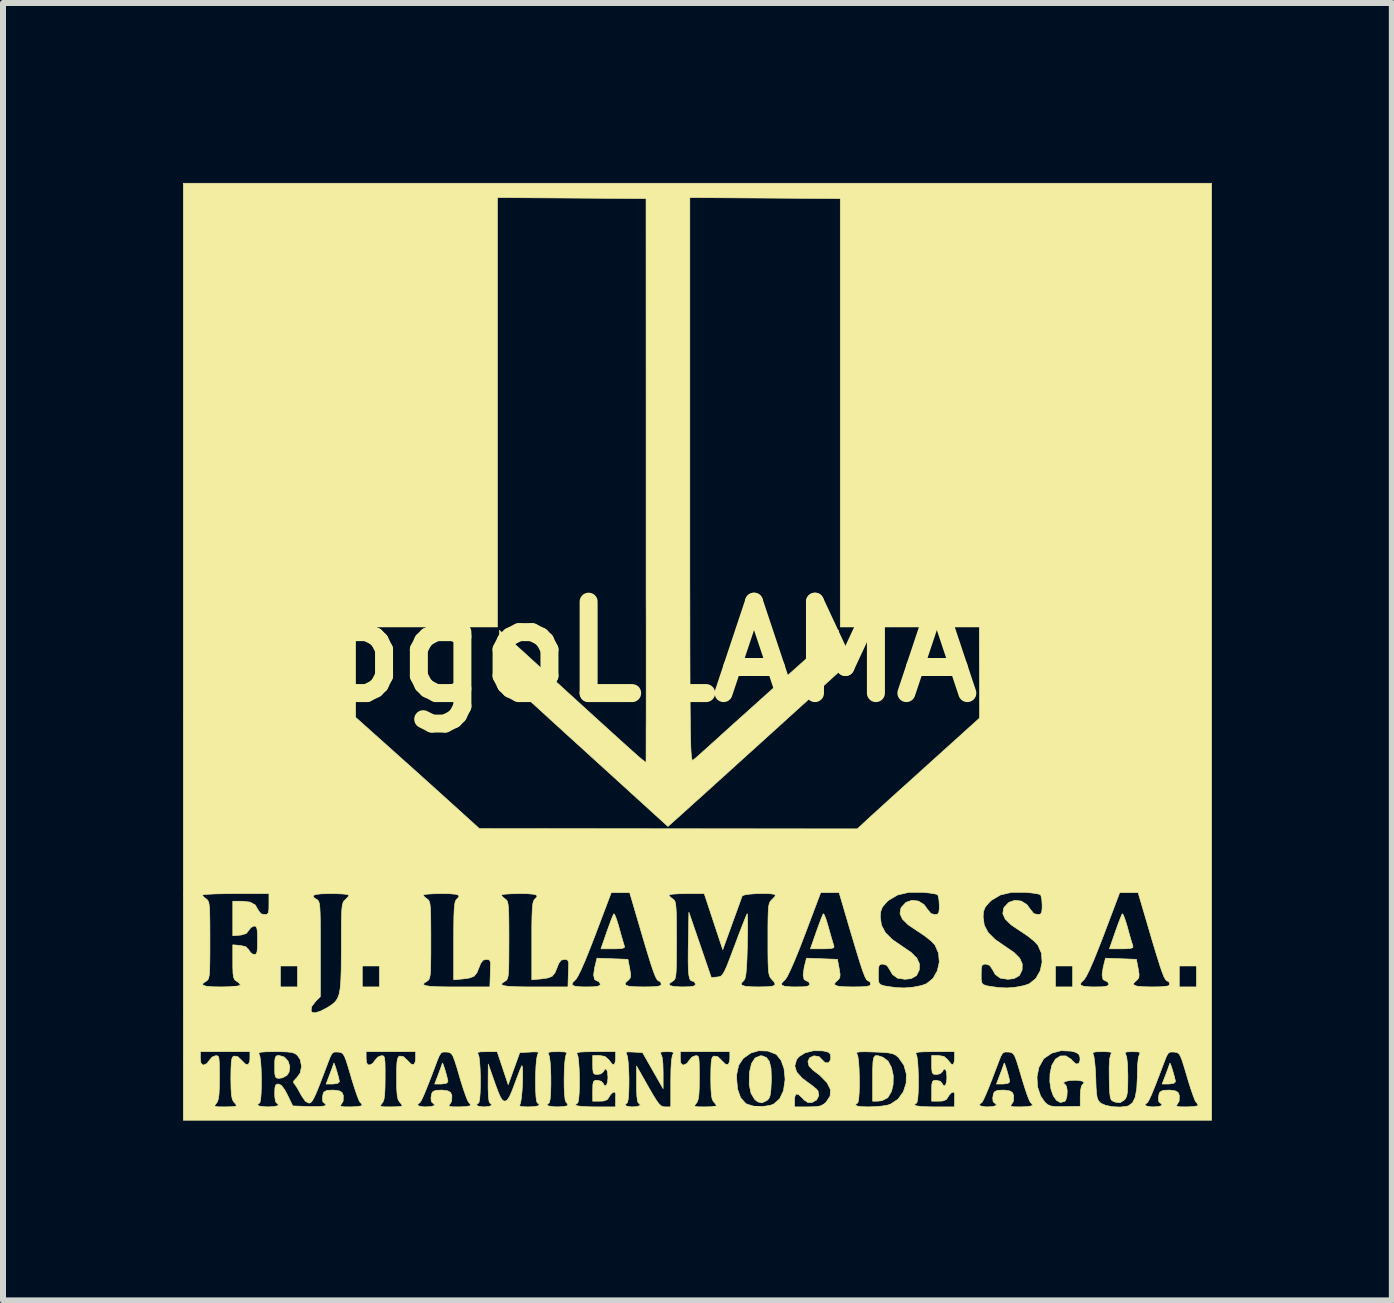
<source format=kicad_pcb>
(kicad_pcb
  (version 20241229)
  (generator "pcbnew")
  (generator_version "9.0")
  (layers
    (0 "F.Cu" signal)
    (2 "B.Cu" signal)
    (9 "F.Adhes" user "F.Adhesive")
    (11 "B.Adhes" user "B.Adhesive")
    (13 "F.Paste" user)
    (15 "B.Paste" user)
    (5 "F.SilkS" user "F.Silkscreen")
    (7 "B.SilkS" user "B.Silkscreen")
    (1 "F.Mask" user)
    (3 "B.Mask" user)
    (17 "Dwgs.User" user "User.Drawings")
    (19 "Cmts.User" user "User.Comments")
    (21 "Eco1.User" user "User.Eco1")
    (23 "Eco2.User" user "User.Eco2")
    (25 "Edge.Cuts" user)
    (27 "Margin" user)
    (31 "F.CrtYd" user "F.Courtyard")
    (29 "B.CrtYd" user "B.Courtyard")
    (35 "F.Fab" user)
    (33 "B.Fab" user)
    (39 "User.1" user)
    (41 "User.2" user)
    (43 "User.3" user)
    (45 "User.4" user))
  (footprint "LogoLLAMAS2"
    (layer "F.Cu")
    (at 8.578 7.816)
    (property "Reference" "LogoLLAMAS2" (at 0 0 0) (layer "F.SilkS") (effects (font (size 1.524 1.524) (thickness 0.3))))
    (attr through_hole)
    (fp_poly (pts (xy -6.053 6.871) (xy -6.034 6.925) (xy -6.01 7.002) (xy -5.988 7.082) (xy -5.973 7.145) (xy -5.969 7.168) (xy -5.998 7.196) (xy -6.076 7.207) (xy -6.08 7.207) (xy -6.191 7.207) (xy -6.128 7.041) (xy -6.093 6.947) (xy -6.069 6.879) (xy -6.062 6.858) (xy -6.053 6.871)) (stroke (width 0.01) (type solid)) (fill yes) (layer "F.SilkS"))
    (fp_poly (pts (xy -4.243 6.871) (xy -4.224 6.925) (xy -4.2 7.002) (xy -4.178 7.082) (xy -4.163 7.145) (xy -4.16 7.168) (xy -4.188 7.196) (xy -4.266 7.207) (xy -4.27 7.207) (xy -4.381 7.207) (xy -4.318 7.041) (xy -4.283 6.947) (xy -4.259 6.879) (xy -4.252 6.858) (xy -4.243 6.871)) (stroke (width 0.01) (type solid)) (fill yes) (layer "F.SilkS"))
    (fp_poly (pts (xy 5.123 6.871) (xy 5.142 6.925) (xy 5.166 7.002) (xy 5.188 7.082) (xy 5.203 7.145) (xy 5.207 7.168) (xy 5.178 7.196) (xy 5.1 7.207) (xy 5.096 7.207) (xy 4.985 7.207) (xy 5.048 7.041) (xy 5.083 6.947) (xy 5.107 6.879) (xy 5.114 6.858) (xy 5.123 6.871)) (stroke (width 0.01) (type solid)) (fill yes) (layer "F.SilkS"))
    (fp_poly (pts (xy 7.885 6.871) (xy 7.905 6.925) (xy 7.928 7.002) (xy 7.951 7.082) (xy 7.966 7.145) (xy 7.969 7.168) (xy 7.94 7.196) (xy 7.862 7.207) (xy 7.858 7.207) (xy 7.747 7.207) (xy 7.811 7.041) (xy 7.846 6.947) (xy 7.87 6.879) (xy 7.876 6.858) (xy 7.885 6.871)) (stroke (width 0.01) (type solid)) (fill yes) (layer "F.SilkS"))
    (fp_poly (pts (xy -6.886 6.758) (xy -6.824 6.827) (xy -6.796 6.917) (xy -6.809 7.009) (xy -6.844 7.062) (xy -6.915 7.102) (xy -6.971 7.112) (xy -7.014 7.108) (xy -7.037 7.085) (xy -7.047 7.028) (xy -7.048 6.924) (xy -7.048 6.921) (xy -7.047 6.816) (xy -7.037 6.759) (xy -7.014 6.735) (xy -6.974 6.731) (xy -6.886 6.758)) (stroke (width 0.01) (type solid)) (fill yes) (layer "F.SilkS"))
    (fp_poly (pts (xy 3.012 6.735) (xy 3.078 6.756) (xy 3.095 6.763) (xy 3.177 6.825) (xy 3.235 6.932) (xy 3.265 7.068) (xy 3.262 7.216) (xy 3.235 7.33) (xy 3.174 7.434) (xy 3.077 7.485) (xy 3.002 7.493) (xy 2.921 7.493) (xy 2.921 7.112) (xy 2.922 6.944) (xy 2.927 6.83) (xy 2.941 6.763) (xy 2.968 6.734) (xy 3.012 6.735)) (stroke (width 0.01) (type solid)) (fill yes) (layer "F.SilkS"))
    (fp_poly (pts (xy -1.378 4.387) (xy -1.351 4.455) (xy -1.318 4.559) (xy -1.305 4.605) (xy -1.271 4.729) (xy -1.241 4.832) (xy -1.221 4.897) (xy -1.218 4.907) (xy -1.219 4.932) (xy -1.255 4.946) (xy -1.338 4.952) (xy -1.404 4.953) (xy -1.609 4.953) (xy -1.511 4.669) (xy -1.466 4.545) (xy -1.428 4.444) (xy -1.401 4.381) (xy -1.394 4.368) (xy -1.378 4.387)) (stroke (width 0.01) (type solid)) (fill yes) (layer "F.SilkS"))
    (fp_poly (pts (xy 2.115 4.387) (xy 2.142 4.455) (xy 2.174 4.559) (xy 2.187 4.605) (xy 2.222 4.729) (xy 2.252 4.832) (xy 2.272 4.897) (xy 2.275 4.907) (xy 2.274 4.932) (xy 2.237 4.946) (xy 2.155 4.952) (xy 2.088 4.953) (xy 1.883 4.953) (xy 1.982 4.669) (xy 2.027 4.545) (xy 2.065 4.444) (xy 2.091 4.381) (xy 2.099 4.368) (xy 2.115 4.387)) (stroke (width 0.01) (type solid)) (fill yes) (layer "F.SilkS"))
    (fp_poly (pts (xy 7.1 4.387) (xy 7.126 4.455) (xy 7.159 4.559) (xy 7.172 4.605) (xy 7.206 4.729) (xy 7.236 4.832) (xy 7.257 4.897) (xy 7.26 4.907) (xy 7.258 4.932) (xy 7.222 4.946) (xy 7.139 4.952) (xy 7.073 4.953) (xy 6.868 4.953) (xy 6.967 4.669) (xy 7.011 4.545) (xy 7.05 4.444) (xy 7.076 4.381) (xy 7.084 4.368) (xy 7.1 4.387)) (stroke (width 0.01) (type solid)) (fill yes) (layer "F.SilkS"))
    (fp_poly (pts (xy 1.077 6.737) (xy 1.15 6.765) (xy 1.199 6.832) (xy 1.226 6.944) (xy 1.233 7.109) (xy 1.231 7.17) (xy 1.224 7.307) (xy 1.212 7.395) (xy 1.191 7.448) (xy 1.161 7.48) (xy 1.077 7.521) (xy 1.004 7.504) (xy 0.954 7.463) (xy 0.893 7.361) (xy 0.863 7.214) (xy 0.866 7.032) (xy 0.868 7.009) (xy 0.902 6.864) (xy 0.962 6.772) (xy 1.046 6.737) (xy 1.077 6.737)) (stroke (width 0.01) (type solid)) (fill yes) (layer "F.SilkS"))
    (fp_poly (pts (xy 8.572 7.811) (xy -8.572 7.811) (xy -8.572 6.668) (xy -8.287 6.668) (xy -8.287 6.779) (xy -8.279 6.857) (xy -8.249 6.888) (xy -8.231 6.89) (xy -8.176 6.864) (xy -8.143 6.818) (xy -8.092 6.758) (xy -8.041 6.737) (xy -8.01 6.735) (xy -7.99 6.745) (xy -7.978 6.779) (xy -7.972 6.847) (xy -7.97 6.959) (xy -7.969 7.099) (xy -7.971 7.268) (xy -7.977 7.385) (xy -7.989 7.462) (xy -8.007 7.511) (xy -8.022 7.53) (xy -8.047 7.562) (xy -8.041 7.579) (xy -7.995 7.587) (xy -7.897 7.588) (xy -7.879 7.588) (xy -7.777 7.586) (xy -7.706 7.579) (xy -7.684 7.57) (xy -7.691 7.556) (xy -7.334 7.556) (xy -7.306 7.574) (xy -7.231 7.585) (xy -7.16 7.588) (xy -7.064 7.583) (xy -7.001 7.57) (xy -6.985 7.556) (xy -7.009 7.526) (xy -7.017 7.525) (xy -7.035 7.496) (xy -7.046 7.423) (xy -7.048 7.366) (xy -7.045 7.271) (xy -7.031 7.223) (xy -6.999 7.208) (xy -6.986 7.207) (xy -6.937 7.229) (xy -6.883 7.3) (xy -6.835 7.39) (xy -6.747 7.572) (xy -6.469 7.582) (xy -6.322 7.583) (xy -6.228 7.575) (xy -6.192 7.56) (xy -6.191 7.558) (xy -6.215 7.526) (xy -6.223 7.525) (xy -6.247 7.499) (xy -6.253 7.438) (xy -6.241 7.37) (xy -6.227 7.34) (xy -6.174 7.312) (xy -6.069 7.308) (xy -6.062 7.308) (xy -5.972 7.321) (xy -5.926 7.347) (xy -5.904 7.398) (xy -5.907 7.492) (xy -5.931 7.533) (xy -5.953 7.563) (xy -5.943 7.58) (xy -5.893 7.587) (xy -5.79 7.588) (xy -5.783 7.588) (xy -5.681 7.584) (xy -5.611 7.573) (xy -5.588 7.559) (xy -5.612 7.523) (xy -5.62 7.519) (xy -5.64 7.487) (xy -5.673 7.404) (xy -5.714 7.284) (xy -5.76 7.137) (xy -5.772 7.096) (xy -5.821 6.931) (xy -5.857 6.816) (xy -5.886 6.743) (xy -5.913 6.702) (xy -5.942 6.683) (xy -5.978 6.675) (xy -5.992 6.674) (xy -6.049 6.673) (xy -6.087 6.692) (xy -6.119 6.747) (xy -6.154 6.836) (xy -6.238 7.057) (xy -6.302 7.225) (xy -6.352 7.348) (xy -6.39 7.432) (xy -6.42 7.485) (xy -6.444 7.513) (xy -6.467 7.524) (xy -6.479 7.525) (xy -6.536 7.495) (xy -6.6 7.403) (xy -6.619 7.368) (xy -6.669 7.278) (xy -6.712 7.212) (xy -6.731 7.191) (xy -6.734 7.16) (xy -6.688 7.11) (xy -6.684 7.107) (xy -6.622 7.022) (xy -6.601 6.912) (xy -6.622 6.801) (xy -6.668 6.731) (xy -6.706 6.701) (xy -6.757 6.682) (xy -6.836 6.672) (xy -6.957 6.668) (xy -7.039 6.668) (xy -5.524 6.668) (xy -5.524 6.779) (xy -5.516 6.857) (xy -5.487 6.888) (xy -5.469 6.89) (xy -5.414 6.864) (xy -5.381 6.818) (xy -5.329 6.758) (xy -5.278 6.737) (xy -5.248 6.735) (xy -5.228 6.745) (xy -5.216 6.779) (xy -5.209 6.847) (xy -5.207 6.959) (xy -5.207 7.099) (xy -5.209 7.268) (xy -5.215 7.385) (xy -5.226 7.462) (xy -5.245 7.511) (xy -5.26 7.53) (xy -5.284 7.562) (xy -5.279 7.579) (xy -5.233 7.587) (xy -5.135 7.588) (xy -5.117 7.588) (xy -5.015 7.586) (xy -4.944 7.579) (xy -4.921 7.57) (xy -4.929 7.556) (xy -4.667 7.556) (xy -4.639 7.575) (xy -4.567 7.587) (xy -4.524 7.588) (xy -4.439 7.582) (xy -4.388 7.566) (xy -4.381 7.556) (xy -4.406 7.526) (xy -4.413 7.525) (xy -4.437 7.499) (xy -4.443 7.438) (xy -4.431 7.37) (xy -4.418 7.34) (xy -4.364 7.312) (xy -4.259 7.308) (xy -4.253 7.308) (xy -4.162 7.321) (xy -4.116 7.347) (xy -4.094 7.398) (xy -4.098 7.492) (xy -4.121 7.533) (xy -4.143 7.563) (xy -4.134 7.58) (xy -4.083 7.587) (xy -3.981 7.588) (xy -3.974 7.588) (xy -3.872 7.584) (xy -3.801 7.573) (xy -3.778 7.559) (xy -3.78 7.556) (xy -3.683 7.556) (xy -3.655 7.576) (xy -3.584 7.587) (xy -3.556 7.588) (xy -3.476 7.581) (xy -3.432 7.564) (xy -3.429 7.556) (xy -3.453 7.526) (xy -3.461 7.525) (xy -3.475 7.494) (xy -3.485 7.409) (xy -3.49 7.277) (xy -3.49 7.199) (xy -3.488 6.874) (xy -3.427 7.048) (xy -3.366 7.222) (xy -3.32 7.343) (xy -3.286 7.422) (xy -3.258 7.468) (xy -3.233 7.488) (xy -3.208 7.493) (xy -3.173 7.476) (xy -3.135 7.421) (xy -3.09 7.319) (xy -3.051 7.215) (xy -3.004 7.089) (xy -2.964 6.984) (xy -2.935 6.916) (xy -2.928 6.901) (xy -2.919 6.914) (xy -2.915 6.98) (xy -2.914 7.086) (xy -2.916 7.186) (xy -2.924 7.326) (xy -2.936 7.444) (xy -2.95 7.524) (xy -2.96 7.549) (xy -2.965 7.572) (xy -2.927 7.584) (xy -2.837 7.588) (xy -2.814 7.588) (xy -2.717 7.583) (xy -2.652 7.57) (xy -2.635 7.556) (xy -2.508 7.556) (xy -2.48 7.574) (xy -2.405 7.585) (xy -2.334 7.588) (xy -2.238 7.583) (xy -2.175 7.571) (xy -2.159 7.558) (xy -2.16 7.556) (xy -2.032 7.556) (xy -2.002 7.571) (xy -1.917 7.582) (xy -1.785 7.587) (xy -1.699 7.588) (xy -1.365 7.588) (xy -1.365 7.556) (xy -1.206 7.556) (xy -1.178 7.576) (xy -1.108 7.587) (xy -1.079 7.588) (xy -1 7.581) (xy -0.956 7.564) (xy -0.953 7.556) (xy -0.977 7.526) (xy -0.984 7.525) (xy -0.999 7.495) (xy -1.01 7.41) (xy -1.015 7.281) (xy -1.015 7.215) (xy -1.015 6.906) (xy -0.822 7.247) (xy -0.739 7.391) (xy -0.679 7.487) (xy -0.634 7.546) (xy -0.596 7.577) (xy -0.558 7.587) (xy -0.537 7.588) (xy -0.445 7.588) (xy -0.445 7.166) (xy -0.442 6.96) (xy -0.433 6.815) (xy -0.418 6.729) (xy -0.406 6.706) (xy -0.396 6.682) (xy -0.432 6.67) (xy -0.508 6.668) (xy -0.286 6.668) (xy -0.286 6.779) (xy -0.278 6.857) (xy -0.248 6.888) (xy -0.23 6.89) (xy -0.175 6.864) (xy -0.142 6.818) (xy -0.091 6.758) (xy -0.04 6.737) (xy -0.009 6.735) (xy 0.011 6.745) (xy 0.023 6.779) (xy 0.029 6.847) (xy 0.031 6.959) (xy 0.032 7.099) (xy 0.03 7.268) (xy 0.024 7.385) (xy 0.012 7.462) (xy -0.006 7.511) (xy -0.021 7.53) (xy -0.046 7.562) (xy -0.04 7.579) (xy 0.006 7.587) (xy 0.104 7.588) (xy 0.122 7.588) (xy 0.224 7.586) (xy 0.295 7.579) (xy 0.318 7.57) (xy 0.298 7.536) (xy 0.27 7.504) (xy 0.247 7.466) (xy 0.233 7.396) (xy 0.225 7.285) (xy 0.222 7.122) (xy 0.222 7.109) (xy 0.222 7.105) (xy 0.652 7.105) (xy 0.669 7.293) (xy 0.72 7.436) (xy 0.803 7.529) (xy 0.822 7.541) (xy 0.94 7.577) (xy 1.084 7.584) (xy 1.221 7.56) (xy 1.274 7.539) (xy 1.344 7.477) (xy 1.619 7.477) (xy 1.619 7.588) (xy 1.843 7.588) (xy 1.967 7.585) (xy 2.046 7.573) (xy 2.082 7.556) (xy 2.635 7.556) (xy 2.664 7.574) (xy 2.739 7.585) (xy 2.845 7.588) (xy 2.963 7.584) (xy 3.079 7.574) (xy 3.175 7.558) (xy 3.179 7.556) (xy 3.619 7.556) (xy 3.65 7.571) (xy 3.735 7.582) (xy 3.866 7.587) (xy 3.953 7.588) (xy 4.286 7.588) (xy 4.286 7.556) (xy 4.699 7.556) (xy 4.727 7.575) (xy 4.799 7.587) (xy 4.842 7.588) (xy 4.927 7.582) (xy 4.978 7.566) (xy 4.985 7.556) (xy 4.961 7.526) (xy 4.953 7.525) (xy 4.929 7.499) (xy 4.923 7.438) (xy 4.935 7.37) (xy 4.949 7.34) (xy 5.002 7.312) (xy 5.107 7.308) (xy 5.114 7.308) (xy 5.204 7.321) (xy 5.25 7.347) (xy 5.272 7.398) (xy 5.269 7.492) (xy 5.245 7.533) (xy 5.223 7.563) (xy 5.233 7.58) (xy 5.283 7.587) (xy 5.386 7.588) (xy 5.393 7.588) (xy 5.495 7.584) (xy 5.565 7.573) (xy 5.588 7.559) (xy 5.564 7.523) (xy 5.556 7.519) (xy 5.536 7.487) (xy 5.503 7.404) (xy 5.462 7.284) (xy 5.416 7.137) (xy 5.404 7.096) (xy 5.401 7.088) (xy 5.661 7.088) (xy 5.67 7.254) (xy 5.721 7.407) (xy 5.795 7.513) (xy 5.84 7.551) (xy 5.89 7.573) (xy 5.964 7.583) (xy 6.078 7.584) (xy 6.126 7.583) (xy 6.382 7.579) (xy 6.382 7.411) (xy 6.387 7.313) (xy 6.402 7.243) (xy 6.413 7.223) (xy 6.447 7.187) (xy 6.422 7.16) (xy 6.343 7.146) (xy 6.288 7.144) (xy 6.193 7.15) (xy 6.127 7.167) (xy 6.1 7.189) (xy 6.125 7.211) (xy 6.131 7.214) (xy 6.155 7.251) (xy 6.165 7.324) (xy 6.16 7.407) (xy 6.141 7.475) (xy 6.123 7.497) (xy 6.051 7.515) (xy 5.987 7.48) (xy 5.933 7.404) (xy 5.895 7.297) (xy 5.875 7.169) (xy 5.878 7.033) (xy 5.907 6.899) (xy 5.909 6.894) (xy 5.969 6.792) (xy 6.051 6.739) (xy 6.142 6.738) (xy 6.229 6.793) (xy 6.25 6.818) (xy 6.31 6.872) (xy 6.356 6.868) (xy 6.379 6.811) (xy 6.377 6.759) (xy 6.356 6.708) (xy 6.345 6.701) (xy 6.593 6.701) (xy 6.597 6.707) (xy 6.611 6.753) (xy 6.624 6.849) (xy 6.635 6.978) (xy 6.641 7.107) (xy 6.646 7.264) (xy 6.654 7.371) (xy 6.666 7.441) (xy 6.685 7.485) (xy 6.714 7.517) (xy 6.727 7.528) (xy 6.806 7.563) (xy 6.921 7.585) (xy 7.047 7.591) (xy 7.159 7.578) (xy 7.19 7.569) (xy 7.206 7.556) (xy 7.461 7.556) (xy 7.49 7.575) (xy 7.561 7.587) (xy 7.604 7.588) (xy 7.689 7.582) (xy 7.74 7.566) (xy 7.747 7.556) (xy 7.723 7.526) (xy 7.715 7.525) (xy 7.691 7.499) (xy 7.685 7.438) (xy 7.697 7.37) (xy 7.711 7.34) (xy 7.764 7.312) (xy 7.87 7.308) (xy 7.876 7.308) (xy 7.966 7.321) (xy 8.013 7.347) (xy 8.034 7.398) (xy 8.031 7.492) (xy 8.007 7.533) (xy 7.986 7.563) (xy 7.995 7.58) (xy 8.045 7.587) (xy 8.148 7.588) (xy 8.155 7.588) (xy 8.257 7.584) (xy 8.327 7.573) (xy 8.35 7.559) (xy 8.326 7.523) (xy 8.319 7.519) (xy 8.298 7.487) (xy 8.266 7.404) (xy 8.224 7.284) (xy 8.178 7.137) (xy 8.166 7.096) (xy 8.117 6.931) (xy 8.081 6.816) (xy 8.052 6.743) (xy 8.026 6.702) (xy 7.997 6.683) (xy 7.96 6.675) (xy 7.947 6.674) (xy 7.889 6.673) (xy 7.851 6.692) (xy 7.819 6.747) (xy 7.784 6.836) (xy 7.695 7.071) (xy 7.625 7.251) (xy 7.572 7.381) (xy 7.532 7.467) (xy 7.506 7.513) (xy 7.491 7.525) (xy 7.462 7.549) (xy 7.461 7.556) (xy 7.206 7.556) (xy 7.254 7.52) (xy 7.298 7.428) (xy 7.324 7.286) (xy 7.334 7.089) (xy 7.334 7.056) (xy 7.338 6.886) (xy 7.351 6.769) (xy 7.37 6.708) (xy 7.372 6.706) (xy 7.382 6.683) (xy 7.346 6.671) (xy 7.255 6.668) (xy 7.255 6.668) (xy 7.164 6.671) (xy 7.128 6.683) (xy 7.137 6.706) (xy 7.137 6.706) (xy 7.157 6.76) (xy 7.17 6.875) (xy 7.175 7.047) (xy 7.176 7.082) (xy 7.174 7.235) (xy 7.169 7.339) (xy 7.157 7.406) (xy 7.138 7.449) (xy 7.111 7.478) (xy 7.046 7.518) (xy 6.971 7.51) (xy 6.96 7.506) (xy 6.923 7.491) (xy 6.898 7.47) (xy 6.883 7.43) (xy 6.874 7.36) (xy 6.868 7.249) (xy 6.865 7.116) (xy 6.864 6.923) (xy 6.872 6.79) (xy 6.888 6.719) (xy 6.893 6.712) (xy 6.904 6.687) (xy 6.877 6.673) (xy 6.803 6.668) (xy 6.747 6.668) (xy 6.644 6.67) (xy 6.596 6.681) (xy 6.593 6.701) (xy 6.345 6.701) (xy 6.3 6.676) (xy 6.232 6.659) (xy 6.063 6.651) (xy 5.908 6.692) (xy 5.784 6.776) (xy 5.767 6.795) (xy 5.693 6.928) (xy 5.661 7.088) (xy 5.401 7.088) (xy 5.355 6.931) (xy 5.319 6.816) (xy 5.29 6.743) (xy 5.263 6.702) (xy 5.234 6.683) (xy 5.198 6.675) (xy 5.184 6.674) (xy 5.127 6.673) (xy 5.089 6.692) (xy 5.057 6.747) (xy 5.022 6.836) (xy 4.933 7.071) (xy 4.863 7.251) (xy 4.809 7.381) (xy 4.77 7.467) (xy 4.743 7.513) (xy 4.728 7.525) (xy 4.7 7.549) (xy 4.699 7.556) (xy 4.286 7.556) (xy 4.286 7.493) (xy 4.287 7.418) (xy 4.289 7.375) (xy 4.276 7.342) (xy 4.24 7.348) (xy 4.199 7.388) (xy 4.186 7.411) (xy 4.148 7.467) (xy 4.088 7.49) (xy 4.027 7.493) (xy 3.905 7.493) (xy 3.905 7.318) (xy 3.907 7.218) (xy 3.918 7.166) (xy 3.945 7.146) (xy 3.981 7.144) (xy 4.047 7.161) (xy 4.075 7.191) (xy 4.106 7.238) (xy 4.134 7.228) (xy 4.154 7.17) (xy 4.159 7.096) (xy 4.151 7.003) (xy 4.132 6.957) (xy 4.104 6.963) (xy 4.084 7.001) (xy 4.042 7.037) (xy 3.986 7.048) (xy 3.938 7.043) (xy 3.914 7.018) (xy 3.906 6.955) (xy 3.905 6.89) (xy 3.905 6.731) (xy 4.016 6.731) (xy 4.11 6.747) (xy 4.173 6.802) (xy 4.178 6.81) (xy 4.232 6.876) (xy 4.267 6.88) (xy 4.284 6.823) (xy 4.286 6.779) (xy 4.286 6.668) (xy 3.947 6.668) (xy 3.793 6.669) (xy 3.696 6.674) (xy 3.648 6.684) (xy 3.64 6.699) (xy 3.645 6.706) (xy 3.66 6.75) (xy 3.672 6.839) (xy 3.679 6.959) (xy 3.684 7.095) (xy 3.684 7.233) (xy 3.68 7.359) (xy 3.672 7.458) (xy 3.66 7.516) (xy 3.651 7.525) (xy 3.62 7.549) (xy 3.619 7.556) (xy 3.179 7.556) (xy 3.218 7.544) (xy 3.344 7.46) (xy 3.432 7.339) (xy 3.479 7.194) (xy 3.483 7.04) (xy 3.442 6.893) (xy 3.353 6.766) (xy 3.346 6.759) (xy 3.303 6.724) (xy 3.252 6.701) (xy 3.18 6.687) (xy 3.071 6.678) (xy 2.942 6.673) (xy 2.796 6.669) (xy 2.704 6.671) (xy 2.659 6.679) (xy 2.652 6.694) (xy 2.659 6.703) (xy 2.675 6.748) (xy 2.687 6.838) (xy 2.695 6.958) (xy 2.699 7.095) (xy 2.7 7.233) (xy 2.696 7.359) (xy 2.688 7.458) (xy 2.676 7.516) (xy 2.667 7.525) (xy 2.636 7.549) (xy 2.635 7.556) (xy 2.082 7.556) (xy 2.102 7.547) (xy 2.145 7.51) (xy 2.212 7.408) (xy 2.218 7.299) (xy 2.16 7.184) (xy 2.04 7.061) (xy 1.924 6.974) (xy 1.86 6.906) (xy 1.842 6.832) (xy 1.87 6.77) (xy 1.941 6.737) (xy 1.943 6.737) (xy 2.028 6.75) (xy 2.07 6.793) (xy 2.127 6.85) (xy 2.182 6.855) (xy 2.217 6.809) (xy 2.223 6.766) (xy 2.216 6.708) (xy 2.186 6.677) (xy 2.115 6.659) (xy 2.085 6.654) (xy 1.934 6.652) (xy 1.797 6.686) (xy 1.692 6.751) (xy 1.653 6.8) (xy 1.623 6.905) (xy 1.654 7.007) (xy 1.746 7.11) (xy 1.826 7.17) (xy 1.916 7.235) (xy 1.984 7.292) (xy 2.01 7.322) (xy 2.023 7.4) (xy 1.986 7.472) (xy 1.913 7.514) (xy 1.843 7.516) (xy 1.782 7.476) (xy 1.758 7.45) (xy 1.689 7.383) (xy 1.644 7.374) (xy 1.622 7.423) (xy 1.619 7.477) (xy 1.344 7.477) (xy 1.371 7.453) (xy 1.434 7.319) (xy 1.46 7.143) (xy 1.46 7.11) (xy 1.443 6.947) (xy 1.394 6.812) (xy 1.32 6.719) (xy 1.303 6.707) (xy 1.171 6.657) (xy 1.022 6.652) (xy 0.891 6.69) (xy 0.763 6.78) (xy 0.686 6.896) (xy 0.654 7.049) (xy 0.652 7.105) (xy 0.222 7.105) (xy 0.224 6.952) (xy 0.229 6.848) (xy 0.239 6.785) (xy 0.256 6.752) (xy 0.275 6.741) (xy 0.337 6.75) (xy 0.395 6.805) (xy 0.464 6.874) (xy 0.511 6.883) (xy 0.536 6.833) (xy 0.54 6.779) (xy 0.54 6.668) (xy -0.286 6.668) (xy -0.508 6.668) (xy -0.592 6.671) (xy -0.621 6.684) (xy -0.61 6.706) (xy -0.589 6.759) (xy -0.576 6.867) (xy -0.572 7.014) (xy -0.572 7.284) (xy -0.915 6.683) (xy -1.069 6.674) (xy -1.158 6.671) (xy -1.194 6.679) (xy -1.186 6.701) (xy -1.183 6.704) (xy -1.167 6.748) (xy -1.155 6.838) (xy -1.147 6.958) (xy -1.142 7.095) (xy -1.142 7.233) (xy -1.146 7.359) (xy -1.154 7.458) (xy -1.166 7.516) (xy -1.175 7.525) (xy -1.206 7.549) (xy -1.206 7.556) (xy -1.365 7.556) (xy -1.365 7.493) (xy -1.365 7.418) (xy -1.363 7.375) (xy -1.375 7.342) (xy -1.412 7.348) (xy -1.452 7.388) (xy -1.465 7.411) (xy -1.503 7.467) (xy -1.564 7.49) (xy -1.624 7.493) (xy -1.746 7.493) (xy -1.746 7.318) (xy -1.744 7.218) (xy -1.733 7.166) (xy -1.706 7.146) (xy -1.67 7.144) (xy -1.604 7.161) (xy -1.576 7.191) (xy -1.546 7.238) (xy -1.517 7.228) (xy -1.498 7.17) (xy -1.492 7.096) (xy -1.5 7.003) (xy -1.52 6.957) (xy -1.547 6.963) (xy -1.567 7.001) (xy -1.61 7.037) (xy -1.666 7.048) (xy -1.714 7.043) (xy -1.737 7.018) (xy -1.745 6.955) (xy -1.746 6.89) (xy -1.746 6.731) (xy -1.636 6.731) (xy -1.542 6.747) (xy -1.479 6.802) (xy -1.473 6.81) (xy -1.42 6.876) (xy -1.384 6.88) (xy -1.367 6.823) (xy -1.365 6.779) (xy -1.365 6.668) (xy -1.705 6.668) (xy -1.858 6.669) (xy -1.955 6.674) (xy -2.004 6.684) (xy -2.012 6.699) (xy -2.007 6.706) (xy -1.991 6.75) (xy -1.98 6.839) (xy -1.972 6.959) (xy -1.968 7.095) (xy -1.968 7.233) (xy -1.972 7.359) (xy -1.98 7.458) (xy -1.992 7.516) (xy -2 7.525) (xy -2.031 7.549) (xy -2.032 7.556) (xy -2.16 7.556) (xy -2.182 7.515) (xy -2.191 7.509) (xy -2.206 7.469) (xy -2.216 7.381) (xy -2.222 7.261) (xy -2.223 7.123) (xy -2.22 6.984) (xy -2.213 6.858) (xy -2.202 6.761) (xy -2.187 6.708) (xy -2.184 6.706) (xy -2.176 6.684) (xy -2.212 6.672) (xy -2.3 6.668) (xy -2.334 6.668) (xy -2.437 6.67) (xy -2.486 6.68) (xy -2.489 6.699) (xy -2.483 6.706) (xy -2.468 6.75) (xy -2.456 6.839) (xy -2.448 6.959) (xy -2.444 7.095) (xy -2.444 7.233) (xy -2.448 7.359) (xy -2.456 7.458) (xy -2.468 7.516) (xy -2.477 7.525) (xy -2.507 7.549) (xy -2.508 7.556) (xy -2.635 7.556) (xy -2.659 7.526) (xy -2.667 7.525) (xy -2.682 7.495) (xy -2.692 7.417) (xy -2.698 7.304) (xy -2.7 7.171) (xy -2.698 7.032) (xy -2.692 6.901) (xy -2.682 6.793) (xy -2.668 6.722) (xy -2.659 6.704) (xy -2.648 6.681) (xy -2.678 6.671) (xy -2.76 6.672) (xy -2.79 6.674) (xy -2.962 6.683) (xy -3.059 6.951) (xy -3.155 7.218) (xy -3.247 6.943) (xy -3.339 6.668) (xy -3.517 6.668) (xy -3.617 6.67) (xy -3.663 6.681) (xy -3.662 6.7) (xy -3.658 6.706) (xy -3.642 6.75) (xy -3.631 6.839) (xy -3.623 6.959) (xy -3.619 7.095) (xy -3.619 7.233) (xy -3.623 7.359) (xy -3.631 7.458) (xy -3.643 7.516) (xy -3.651 7.525) (xy -3.682 7.549) (xy -3.683 7.556) (xy -3.78 7.556) (xy -3.803 7.523) (xy -3.81 7.519) (xy -3.83 7.487) (xy -3.863 7.404) (xy -3.905 7.284) (xy -3.951 7.137) (xy -3.963 7.096) (xy -4.011 6.931) (xy -4.048 6.816) (xy -4.076 6.743) (xy -4.103 6.702) (xy -4.132 6.683) (xy -4.168 6.675) (xy -4.182 6.674) (xy -4.239 6.673) (xy -4.277 6.692) (xy -4.309 6.747) (xy -4.345 6.836) (xy -4.433 7.071) (xy -4.504 7.251) (xy -4.557 7.381) (xy -4.596 7.467) (xy -4.623 7.513) (xy -4.638 7.525) (xy -4.666 7.549) (xy -4.667 7.556) (xy -4.929 7.556) (xy -4.941 7.536) (xy -4.969 7.504) (xy -4.991 7.466) (xy -5.006 7.396) (xy -5.014 7.285) (xy -5.016 7.122) (xy -5.016 7.109) (xy -5.015 6.952) (xy -5.01 6.848) (xy -5 6.785) (xy -4.982 6.752) (xy -4.964 6.741) (xy -4.902 6.75) (xy -4.844 6.805) (xy -4.775 6.874) (xy -4.728 6.883) (xy -4.703 6.833) (xy -4.699 6.779) (xy -4.699 6.668) (xy -5.524 6.668) (xy -7.039 6.668) (xy -7.183 6.669) (xy -7.271 6.675) (xy -7.311 6.686) (xy -7.311 6.703) (xy -7.309 6.706) (xy -7.294 6.75) (xy -7.282 6.839) (xy -7.274 6.959) (xy -7.27 7.095) (xy -7.27 7.233) (xy -7.274 7.359) (xy -7.282 7.458) (xy -7.294 7.516) (xy -7.303 7.525) (xy -7.333 7.549) (xy -7.334 7.556) (xy -7.691 7.556) (xy -7.703 7.536) (xy -7.731 7.504) (xy -7.754 7.466) (xy -7.768 7.396) (xy -7.776 7.285) (xy -7.779 7.122) (xy -7.779 7.109) (xy -7.777 6.952) (xy -7.772 6.848) (xy -7.762 6.785) (xy -7.745 6.752) (xy -7.726 6.741) (xy -7.664 6.75) (xy -7.606 6.805) (xy -7.537 6.874) (xy -7.49 6.883) (xy -7.465 6.833) (xy -7.461 6.779) (xy -7.461 6.668) (xy -8.287 6.668) (xy -8.572 6.668) (xy -8.572 5.986) (xy -6.441 5.986) (xy -6.424 6.012) (xy -6.372 6.02) (xy -6.282 5.991) (xy -6.164 5.929) (xy -6.097 5.885) (xy -6.044 5.841) (xy -6.004 5.786) (xy -5.976 5.715) (xy -5.957 5.617) (xy -5.946 5.485) (xy -5.94 5.312) (xy -5.939 5.239) (xy -5.588 5.239) (xy -5.588 5.588) (xy -5.302 5.588) (xy -5.302 5.239) (xy -5.588 5.239) (xy -5.939 5.239) (xy -5.938 5.087) (xy -5.937 4.929) (xy -5.937 4.693) (xy -5.936 4.513) (xy -5.933 4.379) (xy -5.928 4.285) (xy -5.92 4.221) (xy -5.908 4.18) (xy -5.892 4.154) (xy -5.874 4.136) (xy -5.826 4.087) (xy -5.81 4.057) (xy -5.812 4.056) (xy -4.572 4.056) (xy -4.548 4.09) (xy -4.508 4.12) (xy -4.487 4.137) (xy -4.471 4.162) (xy -4.46 4.204) (xy -4.452 4.272) (xy -4.448 4.374) (xy -4.446 4.519) (xy -4.445 4.716) (xy -4.445 4.809) (xy -4.445 5.028) (xy -4.447 5.193) (xy -4.45 5.31) (xy -4.456 5.39) (xy -4.466 5.44) (xy -4.48 5.47) (xy -4.499 5.487) (xy -4.508 5.493) (xy -4.557 5.524) (xy -4.568 5.548) (xy -4.535 5.566) (xy -4.456 5.578) (xy -4.324 5.585) (xy -4.136 5.588) (xy -4.016 5.588) (xy -3.461 5.588) (xy -3.455 5.413) (xy -3.452 5.305) (xy -3.449 5.216) (xy -3.448 5.183) (xy -3.469 5.138) (xy -3.519 5.128) (xy -3.575 5.143) (xy -3.615 5.198) (xy -3.636 5.251) (xy -3.677 5.352) (xy -3.724 5.41) (xy -3.798 5.439) (xy -3.903 5.454) (xy -4.064 5.469) (xy -4.064 4.818) (xy -4.063 4.592) (xy -4.061 4.421) (xy -4.056 4.298) (xy -4.048 4.214) (xy -4.037 4.162) (xy -4.022 4.133) (xy -4.016 4.128) (xy -3.978 4.087) (xy -3.981 4.059) (xy -3.99 4.056) (xy -3.27 4.056) (xy -3.246 4.09) (xy -3.207 4.12) (xy -3.185 4.137) (xy -3.169 4.162) (xy -3.158 4.204) (xy -3.151 4.272) (xy -3.146 4.374) (xy -3.144 4.519) (xy -3.143 4.716) (xy -3.143 4.809) (xy -3.144 5.028) (xy -3.145 5.193) (xy -3.148 5.31) (xy -3.154 5.39) (xy -3.164 5.44) (xy -3.178 5.47) (xy -3.197 5.487) (xy -3.207 5.493) (xy -3.255 5.524) (xy -3.266 5.548) (xy -3.234 5.566) (xy -3.154 5.578) (xy -3.022 5.585) (xy -2.834 5.588) (xy -2.715 5.588) (xy -2.159 5.588) (xy -2.158 5.556) (xy -2.089 5.556) (xy -2.04 5.577) (xy -1.933 5.587) (xy -1.857 5.588) (xy -1.732 5.586) (xy -1.658 5.576) (xy -1.625 5.559) (xy -1.619 5.54) (xy -1.643 5.498) (xy -1.663 5.493) (xy -1.714 5.466) (xy -1.731 5.389) (xy -1.714 5.265) (xy -1.71 5.251) (xy -1.675 5.109) (xy -1.159 5.128) (xy -1.129 5.282) (xy -1.114 5.38) (xy -1.119 5.436) (xy -1.146 5.471) (xy -1.153 5.476) (xy -1.202 5.522) (xy -1.203 5.554) (xy -1.151 5.575) (xy -1.044 5.585) (xy -0.905 5.588) (xy -0.761 5.586) (xy -0.67 5.58) (xy -0.621 5.568) (xy -0.604 5.547) (xy -0.603 5.54) (xy -0.62 5.498) (xy -0.634 5.493) (xy -0.655 5.486) (xy -0.677 5.46) (xy -0.703 5.41) (xy -0.735 5.327) (xy -0.776 5.207) (xy -0.827 5.042) (xy -0.892 4.826) (xy -0.932 4.69) (xy -1.118 4.056) (xy -0.476 4.056) (xy -0.452 4.09) (xy -0.413 4.12) (xy -0.391 4.137) (xy -0.375 4.162) (xy -0.364 4.204) (xy -0.357 4.272) (xy -0.352 4.374) (xy -0.35 4.519) (xy -0.349 4.716) (xy -0.349 4.809) (xy -0.35 5.028) (xy -0.351 5.193) (xy -0.354 5.31) (xy -0.36 5.39) (xy -0.37 5.44) (xy -0.384 5.47) (xy -0.403 5.487) (xy -0.413 5.493) (xy -0.469 5.534) (xy -0.462 5.563) (xy -0.394 5.581) (xy -0.263 5.588) (xy -0.254 5.588) (xy -0.133 5.585) (xy -0.064 5.575) (xy -0.035 5.555) (xy -0.032 5.54) (xy -0.057 5.498) (xy -0.079 5.493) (xy -0.108 5.484) (xy -0.129 5.454) (xy -0.143 5.395) (xy -0.152 5.299) (xy -0.155 5.158) (xy -0.154 4.965) (xy -0.152 4.846) (xy -0.143 4.342) (xy 0.231 5.433) (xy 0.33 5.423) (xy 0.366 5.418) (xy 0.397 5.404) (xy 0.425 5.373) (xy 0.456 5.316) (xy 0.496 5.226) (xy 0.547 5.094) (xy 0.616 4.911) (xy 0.621 4.899) (xy 0.684 4.729) (xy 0.741 4.582) (xy 0.787 4.465) (xy 0.818 4.391) (xy 0.829 4.367) (xy 0.834 4.392) (xy 0.836 4.47) (xy 0.837 4.592) (xy 0.835 4.748) (xy 0.832 4.898) (xy 0.826 5.11) (xy 0.818 5.267) (xy 0.808 5.375) (xy 0.795 5.443) (xy 0.778 5.477) (xy 0.775 5.48) (xy 0.731 5.526) (xy 0.737 5.557) (xy 0.795 5.577) (xy 0.91 5.586) (xy 1.016 5.588) (xy 1.164 5.585) (xy 1.254 5.575) (xy 1.289 5.556) (xy 1.404 5.556) (xy 1.453 5.577) (xy 1.56 5.587) (xy 1.635 5.588) (xy 1.761 5.586) (xy 1.834 5.576) (xy 1.868 5.559) (xy 1.873 5.54) (xy 1.85 5.498) (xy 1.829 5.493) (xy 1.779 5.466) (xy 1.762 5.389) (xy 1.779 5.265) (xy 1.782 5.251) (xy 1.818 5.109) (xy 2.334 5.128) (xy 2.363 5.282) (xy 2.378 5.38) (xy 2.373 5.436) (xy 2.346 5.471) (xy 2.34 5.476) (xy 2.29 5.522) (xy 2.29 5.554) (xy 2.341 5.575) (xy 2.449 5.585) (xy 2.588 5.588) (xy 2.731 5.586) (xy 2.822 5.58) (xy 2.871 5.568) (xy 2.889 5.547) (xy 2.889 5.54) (xy 2.873 5.498) (xy 2.859 5.493) (xy 2.838 5.486) (xy 2.815 5.46) (xy 2.789 5.41) (xy 2.778 5.38) (xy 3.016 5.38) (xy 3.016 5.463) (xy 3.025 5.517) (xy 3.053 5.55) (xy 3.112 5.57) (xy 3.215 5.586) (xy 3.318 5.6) (xy 3.449 5.605) (xy 3.596 5.592) (xy 3.732 5.566) (xy 3.819 5.535) (xy 3.927 5.447) (xy 3.965 5.38) (xy 4.731 5.38) (xy 4.731 5.463) (xy 4.739 5.517) (xy 4.767 5.55) (xy 4.827 5.57) (xy 4.929 5.586) (xy 5.032 5.6) (xy 5.163 5.605) (xy 5.31 5.592) (xy 5.446 5.566) (xy 5.534 5.535) (xy 5.642 5.447) (xy 5.714 5.321) (xy 5.732 5.239) (xy 5.969 5.239) (xy 5.969 5.588) (xy 6.255 5.588) (xy 6.255 5.556) (xy 6.388 5.556) (xy 6.438 5.577) (xy 6.544 5.587) (xy 6.62 5.588) (xy 6.745 5.586) (xy 6.819 5.576) (xy 6.853 5.559) (xy 6.858 5.54) (xy 6.834 5.498) (xy 6.814 5.493) (xy 6.763 5.466) (xy 6.746 5.389) (xy 6.764 5.265) (xy 6.767 5.251) (xy 6.803 5.109) (xy 7.318 5.128) (xy 7.348 5.282) (xy 7.363 5.38) (xy 7.358 5.436) (xy 7.331 5.471) (xy 7.324 5.476) (xy 7.275 5.522) (xy 7.274 5.554) (xy 7.326 5.575) (xy 7.434 5.585) (xy 7.572 5.588) (xy 7.716 5.586) (xy 7.807 5.58) (xy 7.856 5.568) (xy 7.873 5.547) (xy 7.874 5.54) (xy 7.857 5.498) (xy 7.843 5.493) (xy 7.822 5.486) (xy 7.8 5.46) (xy 7.774 5.41) (xy 7.742 5.327) (xy 7.712 5.239) (xy 8.033 5.239) (xy 8.033 5.588) (xy 8.319 5.588) (xy 8.319 5.239) (xy 8.033 5.239) (xy 7.712 5.239) (xy 7.702 5.207) (xy 7.65 5.042) (xy 7.585 4.826) (xy 7.545 4.69) (xy 7.347 4.016) (xy 7.04 4.016) (xy 6.776 4.715) (xy 6.685 4.949) (xy 6.605 5.148) (xy 6.537 5.303) (xy 6.484 5.41) (xy 6.449 5.464) (xy 6.447 5.466) (xy 6.393 5.52) (xy 6.388 5.556) (xy 6.255 5.556) (xy 6.255 5.239) (xy 5.969 5.239) (xy 5.732 5.239) (xy 5.746 5.175) (xy 5.735 5.026) (xy 5.676 4.892) (xy 5.675 4.891) (xy 5.613 4.825) (xy 5.515 4.745) (xy 5.399 4.666) (xy 5.382 4.656) (xy 5.227 4.551) (xy 5.131 4.456) (xy 5.091 4.366) (xy 5.105 4.278) (xy 5.115 4.259) (xy 5.192 4.178) (xy 5.292 4.144) (xy 5.398 4.157) (xy 5.492 4.215) (xy 5.55 4.294) (xy 5.607 4.365) (xy 5.669 4.381) (xy 5.715 4.376) (xy 5.738 4.349) (xy 5.746 4.283) (xy 5.747 4.225) (xy 5.741 4.13) (xy 5.726 4.064) (xy 5.715 4.048) (xy 5.669 4.036) (xy 5.579 4.022) (xy 5.469 4.011) (xy 5.239 4.011) (xy 5.052 4.055) (xy 4.903 4.143) (xy 4.868 4.175) (xy 4.798 4.256) (xy 4.768 4.335) (xy 4.763 4.421) (xy 4.782 4.559) (xy 4.846 4.681) (xy 4.961 4.796) (xy 5.126 4.91) (xy 5.277 5.013) (xy 5.372 5.108) (xy 5.415 5.203) (xy 5.413 5.304) (xy 5.413 5.305) (xy 5.368 5.398) (xy 5.279 5.449) (xy 5.175 5.461) (xy 5.05 5.442) (xy 4.965 5.38) (xy 4.922 5.303) (xy 4.873 5.229) (xy 4.806 5.207) (xy 4.763 5.212) (xy 4.74 5.238) (xy 4.732 5.3) (xy 4.731 5.38) (xy 3.965 5.38) (xy 3.999 5.321) (xy 4.032 5.175) (xy 4.02 5.026) (xy 3.961 4.892) (xy 3.961 4.891) (xy 3.899 4.825) (xy 3.8 4.745) (xy 3.685 4.666) (xy 3.667 4.656) (xy 3.512 4.551) (xy 3.416 4.456) (xy 3.377 4.366) (xy 3.391 4.278) (xy 3.401 4.259) (xy 3.477 4.178) (xy 3.577 4.144) (xy 3.683 4.157) (xy 3.778 4.215) (xy 3.835 4.294) (xy 3.893 4.365) (xy 3.955 4.381) (xy 4.001 4.376) (xy 4.024 4.349) (xy 4.032 4.283) (xy 4.032 4.225) (xy 4.026 4.13) (xy 4.011 4.064) (xy 4.001 4.048) (xy 3.955 4.036) (xy 3.865 4.022) (xy 3.754 4.011) (xy 3.525 4.011) (xy 3.338 4.055) (xy 3.188 4.143) (xy 3.153 4.175) (xy 3.084 4.256) (xy 3.054 4.335) (xy 3.048 4.421) (xy 3.068 4.559) (xy 3.132 4.681) (xy 3.246 4.796) (xy 3.412 4.91) (xy 3.563 5.013) (xy 3.657 5.108) (xy 3.701 5.203) (xy 3.698 5.304) (xy 3.698 5.305) (xy 3.653 5.398) (xy 3.565 5.449) (xy 3.461 5.461) (xy 3.336 5.442) (xy 3.251 5.38) (xy 3.207 5.303) (xy 3.159 5.229) (xy 3.092 5.207) (xy 3.048 5.212) (xy 3.026 5.238) (xy 3.017 5.3) (xy 3.016 5.38) (xy 2.778 5.38) (xy 2.757 5.327) (xy 2.717 5.207) (xy 2.666 5.042) (xy 2.601 4.826) (xy 2.56 4.69) (xy 2.362 4.016) (xy 2.055 4.016) (xy 1.791 4.715) (xy 1.701 4.949) (xy 1.62 5.148) (xy 1.552 5.303) (xy 1.5 5.41) (xy 1.465 5.464) (xy 1.462 5.466) (xy 1.408 5.52) (xy 1.404 5.556) (xy 1.289 5.556) (xy 1.293 5.553) (xy 1.287 5.517) (xy 1.241 5.464) (xy 1.238 5.461) (xy 1.216 5.435) (xy 1.2 5.401) (xy 1.188 5.35) (xy 1.181 5.272) (xy 1.177 5.159) (xy 1.175 5) (xy 1.175 4.794) (xy 1.175 4.583) (xy 1.177 4.426) (xy 1.181 4.315) (xy 1.188 4.239) (xy 1.2 4.19) (xy 1.216 4.159) (xy 1.238 4.136) (xy 1.238 4.136) (xy 1.286 4.087) (xy 1.302 4.057) (xy 1.273 4.042) (xy 1.199 4.033) (xy 1.096 4.031) (xy 0.982 4.033) (xy 0.874 4.041) (xy 0.791 4.053) (xy 0.748 4.069) (xy 0.746 4.072) (xy 0.73 4.115) (xy 0.698 4.206) (xy 0.652 4.332) (xy 0.597 4.483) (xy 0.577 4.539) (xy 0.422 4.966) (xy 0.267 4.499) (xy 0.113 4.032) (xy -0.182 4.032) (xy -0.31 4.035) (xy -0.41 4.041) (xy -0.467 4.051) (xy -0.476 4.056) (xy -1.118 4.056) (xy -1.13 4.016) (xy -1.437 4.016) (xy -1.701 4.715) (xy -1.792 4.949) (xy -1.872 5.148) (xy -1.94 5.303) (xy -1.993 5.41) (xy -2.028 5.464) (xy -2.03 5.466) (xy -2.084 5.52) (xy -2.089 5.556) (xy -2.158 5.556) (xy -2.154 5.413) (xy -2.15 5.305) (xy -2.147 5.216) (xy -2.146 5.183) (xy -2.167 5.138) (xy -2.218 5.128) (xy -2.273 5.143) (xy -2.313 5.198) (xy -2.334 5.251) (xy -2.375 5.352) (xy -2.422 5.41) (xy -2.496 5.439) (xy -2.602 5.454) (xy -2.762 5.469) (xy -2.762 4.818) (xy -2.762 4.592) (xy -2.759 4.421) (xy -2.754 4.298) (xy -2.747 4.214) (xy -2.735 4.162) (xy -2.72 4.133) (xy -2.715 4.128) (xy -2.676 4.087) (xy -2.679 4.059) (xy -2.73 4.043) (xy -2.833 4.034) (xy -2.969 4.032) (xy -3.098 4.035) (xy -3.2 4.041) (xy -3.26 4.05) (xy -3.27 4.056) (xy -3.99 4.056) (xy -4.032 4.043) (xy -4.135 4.034) (xy -4.27 4.032) (xy -4.4 4.035) (xy -4.502 4.041) (xy -4.562 4.05) (xy -4.572 4.056) (xy -5.812 4.056) (xy -5.84 4.046) (xy -5.919 4.038) (xy -6.034 4.033) (xy -6.112 4.032) (xy -6.272 4.036) (xy -6.37 4.048) (xy -6.41 4.069) (xy -6.393 4.1) (xy -6.35 4.128) (xy -6.33 4.141) (xy -6.315 4.162) (xy -6.304 4.198) (xy -6.296 4.257) (xy -6.291 4.347) (xy -6.288 4.475) (xy -6.287 4.65) (xy -6.287 4.878) (xy -6.287 4.956) (xy -6.287 5.75) (xy -6.366 5.829) (xy -6.433 5.917) (xy -6.441 5.986) (xy -8.572 5.986) (xy -8.572 4.056) (xy -8.255 4.056) (xy -8.231 4.09) (xy -8.191 4.12) (xy -8.17 4.137) (xy -8.154 4.162) (xy -8.143 4.204) (xy -8.135 4.272) (xy -8.131 4.374) (xy -8.129 4.519) (xy -8.128 4.716) (xy -8.128 4.809) (xy -8.128 5.028) (xy -8.13 5.193) (xy -8.133 5.31) (xy -8.139 5.39) (xy -8.149 5.44) (xy -8.163 5.47) (xy -8.182 5.487) (xy -8.191 5.493) (xy -8.246 5.53) (xy -8.246 5.558) (xy -8.19 5.576) (xy -8.075 5.586) (xy -7.938 5.588) (xy -7.797 5.585) (xy -7.691 5.577) (xy -7.63 5.565) (xy -7.62 5.557) (xy -7.645 5.52) (xy -7.684 5.493) (xy -7.714 5.47) (xy -7.733 5.431) (xy -7.743 5.364) (xy -7.747 5.254) (xy -7.747 5.239) (xy -6.953 5.239) (xy -6.953 5.588) (xy -6.668 5.588) (xy -6.668 5.239) (xy -6.953 5.239) (xy -7.747 5.239) (xy -7.747 5.172) (xy -7.747 4.886) (xy -7.628 4.896) (xy -7.534 4.916) (xy -7.483 4.965) (xy -7.478 4.977) (xy -7.433 5.032) (xy -7.39 5.048) (xy -7.361 5.04) (xy -7.344 5.008) (xy -7.336 4.939) (xy -7.334 4.819) (xy -7.334 4.81) (xy -7.336 4.687) (xy -7.344 4.615) (xy -7.36 4.581) (xy -7.388 4.572) (xy -7.39 4.572) (xy -7.445 4.598) (xy -7.478 4.643) (xy -7.523 4.698) (xy -7.608 4.723) (xy -7.628 4.725) (xy -7.747 4.735) (xy -7.747 4.159) (xy -7.591 4.159) (xy -7.458 4.174) (xy -7.372 4.222) (xy -7.321 4.311) (xy -7.318 4.318) (xy -7.272 4.371) (xy -7.221 4.381) (xy -7.177 4.377) (xy -7.154 4.352) (xy -7.145 4.292) (xy -7.144 4.207) (xy -7.144 4.032) (xy -7.699 4.032) (xy -7.879 4.034) (xy -8.035 4.037) (xy -8.156 4.043) (xy -8.233 4.05) (xy -8.255 4.056) (xy -8.572 4.056) (xy -8.572 -0.413) (xy -5.699 -0.413) (xy -5.699 1.094) (xy -5.129 1.603) (xy -4.933 1.779) (xy -4.718 1.971) (xy -4.5 2.167) (xy -4.296 2.351) (xy -4.121 2.509) (xy -4.098 2.53) (xy -3.635 2.949) (xy -0.485 2.951) (xy 2.665 2.953) (xy 2.864 2.768) (xy 2.936 2.703) (xy 3.048 2.601) (xy 3.192 2.47) (xy 3.362 2.316) (xy 3.551 2.146) (xy 3.75 1.966) (xy 3.884 1.845) (xy 4.703 1.106) (xy 4.702 0.728) (xy 4.702 0.526) (xy 4.701 0.297) (xy 4.7 0.075) (xy 4.7 -0.032) (xy 4.699 -0.413) (xy 2.381 -0.413) (xy 2.381 -7.555) (xy 1.127 -7.564) (xy -0.127 -7.572) (xy -0.127 -2.862) (xy -0.127 -2.222) (xy -0.127 -1.643) (xy -0.127 -1.122) (xy -0.126 -0.656) (xy -0.126 -0.241) (xy -0.125 0.126) (xy -0.124 0.446) (xy -0.123 0.724) (xy -0.121 0.962) (xy -0.119 1.164) (xy -0.117 1.331) (xy -0.114 1.468) (xy -0.111 1.577) (xy -0.107 1.661) (xy -0.103 1.722) (xy -0.098 1.765) (xy -0.092 1.792) (xy -0.086 1.806) (xy -0.079 1.81) (xy -0.072 1.807) (xy -0.071 1.806) (xy -0.028 1.77) (xy 0.051 1.7) (xy 0.157 1.605) (xy 0.279 1.495) (xy 0.318 1.46) (xy 0.427 1.361) (xy 0.574 1.228) (xy 0.75 1.07) (xy 0.946 0.894) (xy 1.153 0.708) (xy 1.361 0.522) (xy 1.429 0.462) (xy 1.619 0.292) (xy 1.797 0.133) (xy 1.957 -0.009) (xy 2.091 -0.129) (xy 2.194 -0.221) (xy 2.259 -0.28) (xy 2.278 -0.296) (xy 2.349 -0.36) (xy 2.349 0.344) (xy 1.056 1.516) (xy 0.809 1.739) (xy 0.573 1.953) (xy 0.353 2.152) (xy 0.153 2.333) (xy -0.022 2.491) (xy -0.166 2.621) (xy -0.276 2.72) (xy -0.346 2.783) (xy -0.365 2.8) (xy -0.492 2.913) (xy -1.73 1.787) (xy -1.973 1.566) (xy -2.207 1.354) (xy -2.426 1.154) (xy -2.625 0.972) (xy -2.8 0.812) (xy -2.945 0.679) (xy -3.054 0.579) (xy -3.123 0.515) (xy -3.135 0.503) (xy -3.302 0.344) (xy -3.302 -0.357) (xy -3.167 -0.237) (xy -3.09 -0.167) (xy -2.981 -0.069) (xy -2.854 0.046) (xy -2.731 0.159) (xy -2.409 0.453) (xy -2.112 0.724) (xy -1.841 0.971) (xy -1.6 1.19) (xy -1.392 1.379) (xy -1.218 1.536) (xy -1.083 1.657) (xy -0.988 1.742) (xy -0.936 1.786) (xy -0.933 1.789) (xy -0.857 1.847) (xy -0.856 1.495) (xy -0.856 1.311) (xy -0.855 1.094) (xy -0.855 0.878) (xy -0.855 0.746) (xy -0.855 0.664) (xy -0.855 0.523) (xy -0.855 0.327) (xy -0.855 0.08) (xy -0.855 -0.213) (xy -0.855 -0.547) (xy -0.856 -0.919) (xy -0.856 -1.325) (xy -0.856 -1.758) (xy -0.856 -2.217) (xy -0.856 -2.696) (xy -0.856 -3.19) (xy -0.856 -3.603) (xy -0.857 -7.555) (xy -2.096 -7.564) (xy -3.334 -7.572) (xy -3.334 -3.993) (xy -3.334 -0.413) (xy -4.516 -0.413) (xy -5.699 -0.413) (xy -8.572 -0.413) (xy -8.572 -7.811) (xy 8.572 -7.811) (xy 8.572 7.811)) (stroke (width 0.01) (type solid)) (fill yes) (layer "F.SilkS")))
  (gr_rect
    (start -3 -3)
    (end 20.155 18.631)
    (stroke (width 0.1) (type default))
    (fill no)
    (layer "Edge.Cuts")))
</source>
